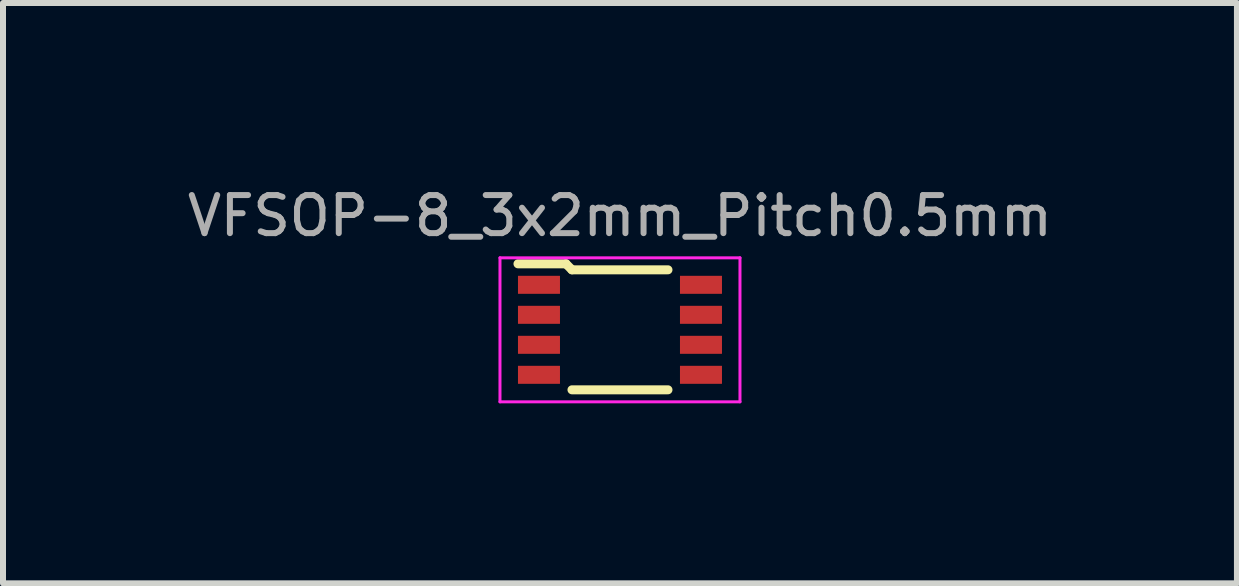
<source format=kicad_pcb>
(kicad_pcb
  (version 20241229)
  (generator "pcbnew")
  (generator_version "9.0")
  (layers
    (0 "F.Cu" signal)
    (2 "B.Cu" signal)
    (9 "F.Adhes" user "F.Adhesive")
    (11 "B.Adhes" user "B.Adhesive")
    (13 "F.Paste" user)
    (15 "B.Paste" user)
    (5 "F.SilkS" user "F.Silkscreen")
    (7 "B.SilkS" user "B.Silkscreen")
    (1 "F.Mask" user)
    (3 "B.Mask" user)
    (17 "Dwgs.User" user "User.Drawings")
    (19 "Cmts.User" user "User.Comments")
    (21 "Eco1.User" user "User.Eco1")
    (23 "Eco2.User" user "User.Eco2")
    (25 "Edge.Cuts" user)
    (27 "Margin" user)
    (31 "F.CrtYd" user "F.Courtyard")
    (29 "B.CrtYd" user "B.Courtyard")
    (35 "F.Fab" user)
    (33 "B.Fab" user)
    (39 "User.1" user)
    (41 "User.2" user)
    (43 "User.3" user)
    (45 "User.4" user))
  (footprint "VFSOP-8_3x2mm_Pitch0.5mm"
    (layer "F.Cu")
    (at 7.283 2.447)
    (property "Reference" "VFSOP-8_3x2mm_Pitch0.5mm" (at 0 -1.9 0) (layer "F.Fab") (effects (font (size 0.635 0.635) (thickness 0.1))))
    (attr through_hole)
    (fp_line (start -0.9 -1.1) (end -1.7 -1.1) (stroke (width 0.15) (type solid)) (layer "F.SilkS"))
    (fp_line (start -0.8 -1) (end -0.9 -1.1) (stroke (width 0.15) (type solid)) (layer "F.SilkS"))
    (fp_line (start -0.8 -1) (end 0.8 -1) (stroke (width 0.15) (type solid)) (layer "F.SilkS"))
    (fp_line (start -0.8 1) (end 0.8 1) (stroke (width 0.15) (type solid)) (layer "F.SilkS"))
    (fp_line (start -2 -1.2) (end -2 1.2) (stroke (width 0.05) (type solid)) (layer "F.CrtYd"))
    (fp_line (start -2 1.2) (end 2 1.2) (stroke (width 0.05) (type solid)) (layer "F.CrtYd"))
    (fp_line (start 2 -1.2) (end -2 -1.2) (stroke (width 0.05) (type solid)) (layer "F.CrtYd"))
    (fp_line (start 2 1.2) (end 2 -1.2) (stroke (width 0.05) (type solid)) (layer "F.CrtYd"))
    (pad "1" smd rect (at -1.35 -0.75) (size 0.7 0.3) (layers "F.Cu" "F.Mask" "F.Paste"))
    (pad "2" smd rect (at -1.35 -0.25) (size 0.7 0.3) (layers "F.Cu" "F.Mask" "F.Paste"))
    (pad "3" smd rect (at -1.35 0.25) (size 0.7 0.3) (layers "F.Cu" "F.Mask" "F.Paste"))
    (pad "4" smd rect (at -1.35 0.75) (size 0.7 0.3) (layers "F.Cu" "F.Mask" "F.Paste"))
    (pad "5" smd rect (at 1.35 0.75 180) (size 0.7 0.3) (layers "F.Cu" "F.Mask" "F.Paste"))
    (pad "6" smd rect (at 1.35 0.25 180) (size 0.7 0.3) (layers "F.Cu" "F.Mask" "F.Paste"))
    (pad "7" smd rect (at 1.35 -0.25 180) (size 0.7 0.3) (layers "F.Cu" "F.Mask" "F.Paste"))
    (pad "8" smd rect (at 1.35 -0.75 180) (size 0.7 0.3) (layers "F.Cu" "F.Mask" "F.Paste")))
  (gr_rect
    (start -3 -3)
    (end 17.566 6.672)
    (stroke (width 0.1) (type default))
    (fill no)
    (layer "Edge.Cuts")))
</source>
